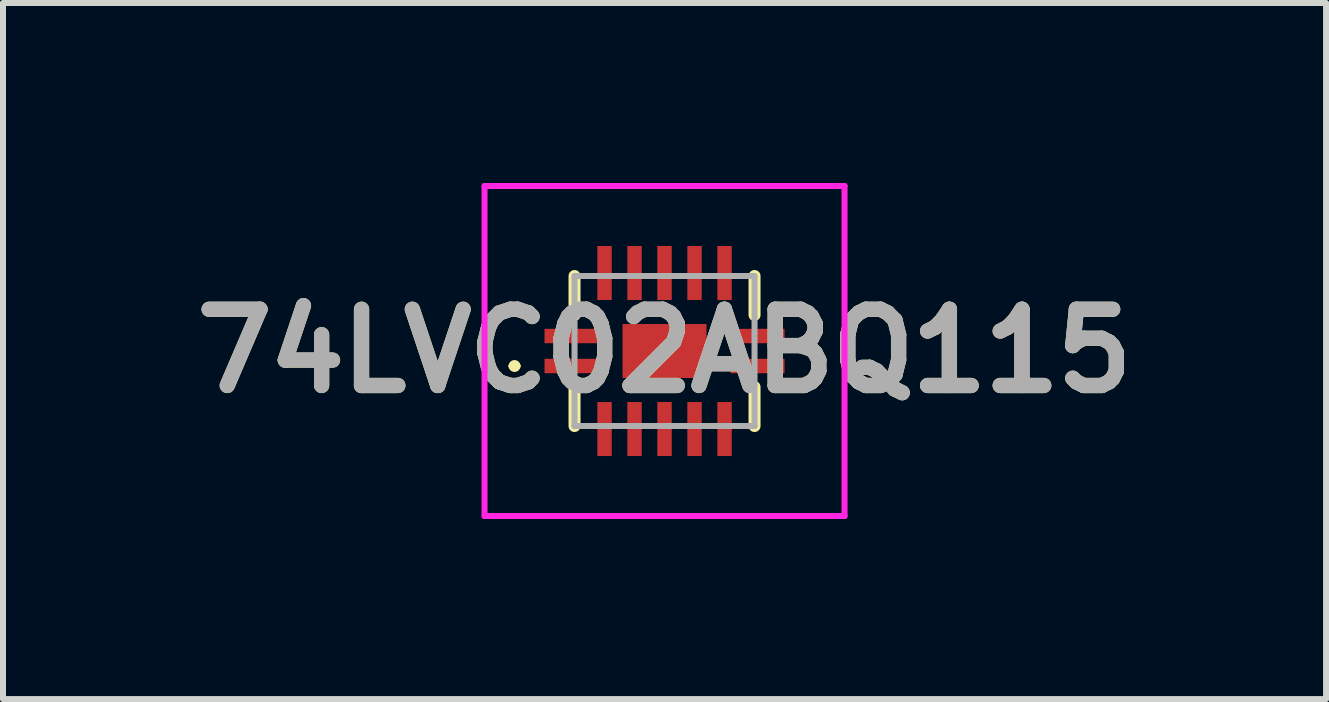
<source format=kicad_pcb>
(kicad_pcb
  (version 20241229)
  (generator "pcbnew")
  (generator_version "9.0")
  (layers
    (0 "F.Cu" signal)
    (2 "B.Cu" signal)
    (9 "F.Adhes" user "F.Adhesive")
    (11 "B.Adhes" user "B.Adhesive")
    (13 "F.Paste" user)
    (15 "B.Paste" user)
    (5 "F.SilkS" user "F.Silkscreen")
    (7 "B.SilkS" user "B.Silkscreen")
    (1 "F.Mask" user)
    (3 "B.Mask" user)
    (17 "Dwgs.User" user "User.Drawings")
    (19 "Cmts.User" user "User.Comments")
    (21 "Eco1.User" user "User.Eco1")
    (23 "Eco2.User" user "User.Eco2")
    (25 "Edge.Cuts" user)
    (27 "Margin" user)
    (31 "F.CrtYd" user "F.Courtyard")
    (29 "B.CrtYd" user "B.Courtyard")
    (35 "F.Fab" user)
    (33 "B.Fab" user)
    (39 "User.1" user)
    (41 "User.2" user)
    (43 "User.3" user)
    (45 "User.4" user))
  (footprint "74LVC02ABQ115"
    (layer "F.Cu")
    (at 8.025 2.8)
    (property "Reference" "74LVC02ABQ115" (at 0 0 0) (layer "F.SilkS") (effects (font (size 1.27 1.27) (thickness 0.254))))
    (attr smd)
    (fp_line (start -2.55 0.25) (end -2.55 0.25) (stroke (width 0.1) (type solid)) (layer "F.SilkS"))
    (fp_line (start -2.45 0.25) (end -2.45 0.25) (stroke (width 0.1) (type solid)) (layer "F.SilkS"))
    (fp_line (start -1.5 -0.6) (end -1.5 -1.25) (stroke (width 0.2) (type solid)) (layer "F.SilkS"))
    (fp_line (start -1.5 0.6) (end -1.5 1.25) (stroke (width 0.2) (type solid)) (layer "F.SilkS"))
    (fp_line (start 1.5 -0.6) (end 1.5 -1.25) (stroke (width 0.2) (type solid)) (layer "F.SilkS"))
    (fp_line (start 1.5 1.25) (end 1.5 0.6) (stroke (width 0.2) (type solid)) (layer "F.SilkS"))
    (fp_arc (start -2.55 0.25) (mid -2.5 0.2) (end -2.45 0.25) (stroke (width 0.1) (type solid)) (layer "F.SilkS"))
    (fp_arc (start -2.45 0.25) (mid -2.5 0.3) (end -2.55 0.25) (stroke (width 0.1) (type solid)) (layer "F.SilkS"))
    (fp_line (start -3 -2.75) (end 3 -2.75) (stroke (width 0.1) (type solid)) (layer "F.CrtYd"))
    (fp_line (start -3 2.75) (end -3 -2.75) (stroke (width 0.1) (type solid)) (layer "F.CrtYd"))
    (fp_line (start 3 -2.75) (end 3 2.75) (stroke (width 0.1) (type solid)) (layer "F.CrtYd"))
    (fp_line (start 3 2.75) (end -3 2.75) (stroke (width 0.1) (type solid)) (layer "F.CrtYd"))
    (fp_line (start -1.5 -1.25) (end 1.5 -1.25) (stroke (width 0.1) (type solid)) (layer "F.Fab"))
    (fp_line (start -1.5 1.25) (end -1.5 -1.25) (stroke (width 0.1) (type solid)) (layer "F.Fab"))
    (fp_line (start 1.5 -1.25) (end 1.5 1.25) (stroke (width 0.1) (type solid)) (layer "F.Fab"))
    (fp_line (start 1.5 1.25) (end -1.5 1.25) (stroke (width 0.1) (type solid)) (layer "F.Fab"))
    (fp_text user "${REFERENCE}" (at 0 0 0) (layer "F.Fab") (effects (font (size 1.27 1.27) (thickness 0.254))))
    (pad "1" smd rect (at -1.55 0.25 90) (size 0.24 0.9) (layers "F.Cu" "F.Mask" "F.Paste"))
    (pad "2" smd rect (at -1 1.3) (size 0.24 0.9) (layers "F.Cu" "F.Mask" "F.Paste"))
    (pad "3" smd rect (at -0.5 1.3) (size 0.24 0.9) (layers "F.Cu" "F.Mask" "F.Paste"))
    (pad "4" smd rect (at 0 1.3) (size 0.24 0.9) (layers "F.Cu" "F.Mask" "F.Paste"))
    (pad "5" smd rect (at 0.5 1.3) (size 0.24 0.9) (layers "F.Cu" "F.Mask" "F.Paste"))
    (pad "6" smd rect (at 1 1.3) (size 0.24 0.9) (layers "F.Cu" "F.Mask" "F.Paste"))
    (pad "7" smd rect (at 1.55 0.25 90) (size 0.24 0.9) (layers "F.Cu" "F.Mask" "F.Paste"))
    (pad "8" smd rect (at 1.55 -0.25 90) (size 0.24 0.9) (layers "F.Cu" "F.Mask" "F.Paste"))
    (pad "9" smd rect (at 1 -1.3) (size 0.24 0.9) (layers "F.Cu" "F.Mask" "F.Paste"))
    (pad "10" smd rect (at 0.5 -1.3) (size 0.24 0.9) (layers "F.Cu" "F.Mask" "F.Paste"))
    (pad "11" smd rect (at 0 -1.3) (size 0.24 0.9) (layers "F.Cu" "F.Mask" "F.Paste"))
    (pad "12" smd rect (at -0.5 -1.3) (size 0.24 0.9) (layers "F.Cu" "F.Mask" "F.Paste"))
    (pad "13" smd rect (at -1 -1.3) (size 0.24 0.9) (layers "F.Cu" "F.Mask" "F.Paste"))
    (pad "14" smd rect (at -1.55 -0.25 90) (size 0.24 0.9) (layers "F.Cu" "F.Mask" "F.Paste"))
    (pad "15" smd rect (at 0 0 90) (size 0.9 1.4) (layers "F.Cu" "F.Mask" "F.Paste")))
  (gr_rect
    (start -3 -3)
    (end 19.05 8.6)
    (stroke (width 0.1) (type default))
    (fill no)
    (layer "Edge.Cuts")))
</source>
